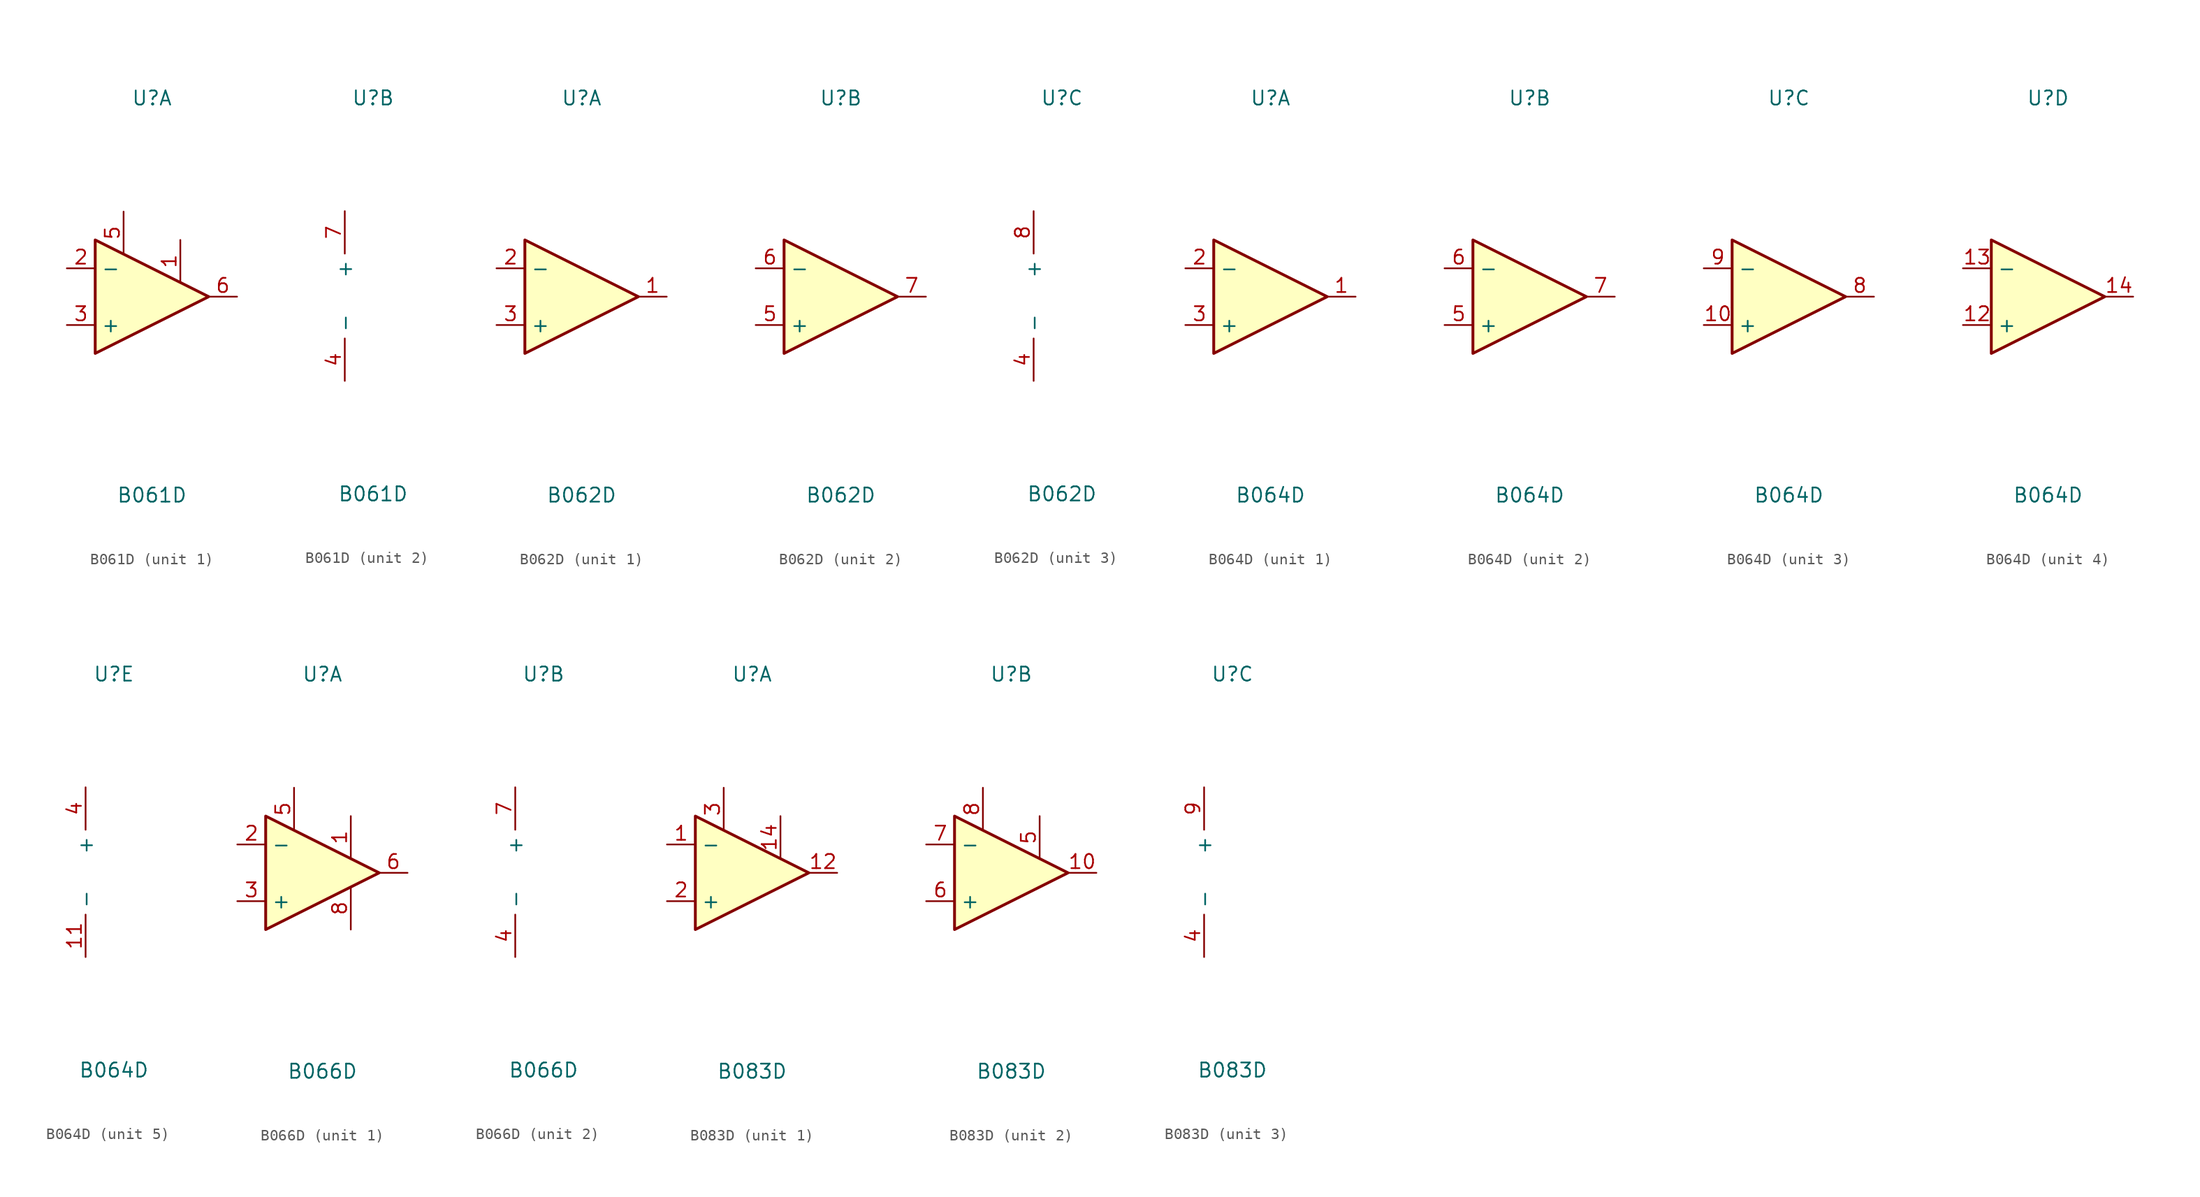
<source format=kicad_sym>
(kicad_symbol_lib
  (version 20241209)
  (generator "kicad_symbol_editor")
  (generator_version "9.0")
  (symbol "B061D"
    (property "Reference" "U"
      (at 0 17.78 0)
      (effects (font (size 1.27 1.27))))
    (property "Value" "B061D"
      (at 0 -17.78 0)
      (effects (font (size 1.27 1.27))))
    (property "ki_locked" ""
      (at 0 0 0)
      (effects (font (size 1.27 1.27))))
    (symbol "B061D_1_1"
      (polyline (pts (xy -5.08 5.08) (xy 5.08 0) (xy -5.08 -5.08) (xy -5.08 5.08)) (stroke (width 0.254) (type default)) (fill (type background)))
      (pin input line (at -7.62 2.54 0) (length 2.54) (name "-" (effects (font (size 1.27 1.27)))) (number "2" (effects (font (size 1.27 1.27)))))
      (pin input line (at -7.62 -2.54 0) (length 2.54) (name "+" (effects (font (size 1.27 1.27)))) (number "3" (effects (font (size 1.27 1.27)))))
      (pin passive line (at -2.54 7.62 270) (length 3.81) (name "~" (effects (font (size 1.27 1.27)))) (number "5" (effects (font (size 1.27 1.27)))))
      (pin no_connect line (at 0 -2.54 90) (length 2.54) (hide yes) (name "~" (effects (font (size 1.27 1.27)))) (number "8" (effects (font (size 1.27 1.27)))))
      (pin passive line (at 2.54 5.08 270) (length 3.81) (name "~" (effects (font (size 1.27 1.27)))) (number "1" (effects (font (size 1.27 1.27)))))
      (pin output line (at 7.62 0 180) (length 2.54) (name "~" (effects (font (size 1.27 1.27)))) (number "6" (effects (font (size 1.27 1.27))))))
    (symbol "B061D_2_1"
      (pin power_in line (at -2.54 7.62 270) (length 3.81) (name "+" (effects (font (size 1.27 1.27)))) (number "7" (effects (font (size 1.27 1.27)))))
      (pin power_in line (at -2.54 -7.62 90) (length 3.81) (name "-" (effects (font (size 1.27 1.27)))) (number "4" (effects (font (size 1.27 1.27)))))))
  (symbol "B062D"
    (property "Reference" "U"
      (at 0 17.78 0)
      (effects (font (size 1.27 1.27))))
    (property "Value" "B062D"
      (at 0 -17.78 0)
      (effects (font (size 1.27 1.27))))
    (property "ki_locked" ""
      (at 0 0 0)
      (effects (font (size 1.27 1.27))))
    (symbol "B062D_1_1"
      (polyline (pts (xy -5.08 5.08) (xy 5.08 0) (xy -5.08 -5.08) (xy -5.08 5.08)) (stroke (width 0.254) (type default)) (fill (type background)))
      (pin input line (at -7.62 2.54 0) (length 2.54) (name "-" (effects (font (size 1.27 1.27)))) (number "2" (effects (font (size 1.27 1.27)))))
      (pin input line (at -7.62 -2.54 0) (length 2.54) (name "+" (effects (font (size 1.27 1.27)))) (number "3" (effects (font (size 1.27 1.27)))))
      (pin output line (at 7.62 0 180) (length 2.54) (name "~" (effects (font (size 1.27 1.27)))) (number "1" (effects (font (size 1.27 1.27))))))
    (symbol "B062D_2_1"
      (polyline (pts (xy -5.08 5.08) (xy 5.08 0) (xy -5.08 -5.08) (xy -5.08 5.08)) (stroke (width 0.254) (type default)) (fill (type background)))
      (pin input line (at -7.62 2.54 0) (length 2.54) (name "-" (effects (font (size 1.27 1.27)))) (number "6" (effects (font (size 1.27 1.27)))))
      (pin input line (at -7.62 -2.54 0) (length 2.54) (name "+" (effects (font (size 1.27 1.27)))) (number "5" (effects (font (size 1.27 1.27)))))
      (pin output line (at 7.62 0 180) (length 2.54) (name "~" (effects (font (size 1.27 1.27)))) (number "7" (effects (font (size 1.27 1.27))))))
    (symbol "B062D_3_1"
      (pin power_in line (at -2.54 7.62 270) (length 3.81) (name "+" (effects (font (size 1.27 1.27)))) (number "8" (effects (font (size 1.27 1.27)))))
      (pin power_in line (at -2.54 -7.62 90) (length 3.81) (name "-" (effects (font (size 1.27 1.27)))) (number "4" (effects (font (size 1.27 1.27)))))))
  (symbol "B064D"
    (property "Reference" "U"
      (at 0 17.78 0)
      (effects (font (size 1.27 1.27))))
    (property "Value" "B064D"
      (at 0 -17.78 0)
      (effects (font (size 1.27 1.27))))
    (property "ki_locked" ""
      (at 0 0 0)
      (effects (font (size 1.27 1.27))))
    (symbol "B064D_1_1"
      (polyline (pts (xy -5.08 5.08) (xy 5.08 0) (xy -5.08 -5.08) (xy -5.08 5.08)) (stroke (width 0.254) (type default)) (fill (type background)))
      (pin input line (at -7.62 2.54 0) (length 2.54) (name "-" (effects (font (size 1.27 1.27)))) (number "2" (effects (font (size 1.27 1.27)))))
      (pin input line (at -7.62 -2.54 0) (length 2.54) (name "+" (effects (font (size 1.27 1.27)))) (number "3" (effects (font (size 1.27 1.27)))))
      (pin output line (at 7.62 0 180) (length 2.54) (name "~" (effects (font (size 1.27 1.27)))) (number "1" (effects (font (size 1.27 1.27))))))
    (symbol "B064D_2_1"
      (polyline (pts (xy -5.08 5.08) (xy 5.08 0) (xy -5.08 -5.08) (xy -5.08 5.08)) (stroke (width 0.254) (type default)) (fill (type background)))
      (pin input line (at -7.62 2.54 0) (length 2.54) (name "-" (effects (font (size 1.27 1.27)))) (number "6" (effects (font (size 1.27 1.27)))))
      (pin input line (at -7.62 -2.54 0) (length 2.54) (name "+" (effects (font (size 1.27 1.27)))) (number "5" (effects (font (size 1.27 1.27)))))
      (pin output line (at 7.62 0 180) (length 2.54) (name "~" (effects (font (size 1.27 1.27)))) (number "7" (effects (font (size 1.27 1.27))))))
    (symbol "B064D_3_1"
      (polyline (pts (xy -5.08 5.08) (xy 5.08 0) (xy -5.08 -5.08) (xy -5.08 5.08)) (stroke (width 0.254) (type default)) (fill (type background)))
      (pin input line (at -7.62 2.54 0) (length 2.54) (name "-" (effects (font (size 1.27 1.27)))) (number "9" (effects (font (size 1.27 1.27)))))
      (pin input line (at -7.62 -2.54 0) (length 2.54) (name "+" (effects (font (size 1.27 1.27)))) (number "10" (effects (font (size 1.27 1.27)))))
      (pin output line (at 7.62 0 180) (length 2.54) (name "~" (effects (font (size 1.27 1.27)))) (number "8" (effects (font (size 1.27 1.27))))))
    (symbol "B064D_4_1"
      (polyline (pts (xy -5.08 5.08) (xy 5.08 0) (xy -5.08 -5.08) (xy -5.08 5.08)) (stroke (width 0.254) (type default)) (fill (type background)))
      (pin input line (at -7.62 2.54 0) (length 2.54) (name "-" (effects (font (size 1.27 1.27)))) (number "13" (effects (font (size 1.27 1.27)))))
      (pin input line (at -7.62 -2.54 0) (length 2.54) (name "+" (effects (font (size 1.27 1.27)))) (number "12" (effects (font (size 1.27 1.27)))))
      (pin output line (at 7.62 0 180) (length 2.54) (name "~" (effects (font (size 1.27 1.27)))) (number "14" (effects (font (size 1.27 1.27))))))
    (symbol "B064D_5_1"
      (pin power_in line (at -2.54 7.62 270) (length 3.81) (name "+" (effects (font (size 1.27 1.27)))) (number "4" (effects (font (size 1.27 1.27)))))
      (pin power_in line (at -2.54 -7.62 90) (length 3.81) (name "-" (effects (font (size 1.27 1.27)))) (number "11" (effects (font (size 1.27 1.27)))))))
  (symbol "B066D"
    (property "Reference" "U"
      (at 0 17.78 0)
      (effects (font (size 1.27 1.27))))
    (property "Value" "B066D"
      (at 0 -17.78 0)
      (effects (font (size 1.27 1.27))))
    (property "ki_locked" ""
      (at 0 0 0)
      (effects (font (size 1.27 1.27))))
    (symbol "B066D_1_1"
      (polyline (pts (xy -5.08 5.08) (xy 5.08 0) (xy -5.08 -5.08) (xy -5.08 5.08)) (stroke (width 0.254) (type default)) (fill (type background)))
      (pin input line (at -7.62 2.54 0) (length 2.54) (name "-" (effects (font (size 1.27 1.27)))) (number "2" (effects (font (size 1.27 1.27)))))
      (pin input line (at -7.62 -2.54 0) (length 2.54) (name "+" (effects (font (size 1.27 1.27)))) (number "3" (effects (font (size 1.27 1.27)))))
      (pin passive line (at -2.54 7.62 270) (length 3.81) (name "~" (effects (font (size 1.27 1.27)))) (number "5" (effects (font (size 1.27 1.27)))))
      (pin passive line (at 2.54 5.08 270) (length 3.81) (name "~" (effects (font (size 1.27 1.27)))) (number "1" (effects (font (size 1.27 1.27)))))
      (pin passive line (at 2.54 -5.08 90) (length 3.81) (name "~" (effects (font (size 1.27 1.27)))) (number "8" (effects (font (size 1.27 1.27)))))
      (pin output line (at 7.62 0 180) (length 2.54) (name "~" (effects (font (size 1.27 1.27)))) (number "6" (effects (font (size 1.27 1.27))))))
    (symbol "B066D_2_1"
      (pin power_in line (at -2.54 7.62 270) (length 3.81) (name "+" (effects (font (size 1.27 1.27)))) (number "7" (effects (font (size 1.27 1.27)))))
      (pin power_in line (at -2.54 -7.62 90) (length 3.81) (name "-" (effects (font (size 1.27 1.27)))) (number "4" (effects (font (size 1.27 1.27)))))))
  (symbol "B083D"
    (property "Reference" "U"
      (at 0 17.78 0)
      (effects (font (size 1.27 1.27))))
    (property "Value" "B083D"
      (at 0 -17.78 0)
      (effects (font (size 1.27 1.27))))
    (property "ki_locked" ""
      (at 0 0 0)
      (effects (font (size 1.27 1.27))))
    (symbol "B083D_1_1"
      (polyline (pts (xy -5.08 5.08) (xy 5.08 0) (xy -5.08 -5.08) (xy -5.08 5.08)) (stroke (width 0.254) (type default)) (fill (type background)))
      (pin input line (at -7.62 2.54 0) (length 2.54) (name "-" (effects (font (size 1.27 1.27)))) (number "1" (effects (font (size 1.27 1.27)))))
      (pin input line (at -7.62 -2.54 0) (length 2.54) (name "+" (effects (font (size 1.27 1.27)))) (number "2" (effects (font (size 1.27 1.27)))))
      (pin passive line (at -2.54 7.62 270) (length 3.81) (name "~" (effects (font (size 1.27 1.27)))) (number "3" (effects (font (size 1.27 1.27)))))
      (pin no_connect line (at 0 -2.54 90) (length 3.81) (hide yes) (name "~" (effects (font (size 1.27 1.27)))) (number "11" (effects (font (size 1.27 1.27)))))
      (pin passive line (at 2.54 5.08 270) (length 3.81) (name "~" (effects (font (size 1.27 1.27)))) (number "14" (effects (font (size 1.27 1.27)))))
      (pin output line (at 7.62 0 180) (length 2.54) (name "~" (effects (font (size 1.27 1.27)))) (number "12" (effects (font (size 1.27 1.27))))))
    (symbol "B083D_2_1"
      (polyline (pts (xy -5.08 5.08) (xy 5.08 0) (xy -5.08 -5.08) (xy -5.08 5.08)) (stroke (width 0.254) (type default)) (fill (type background)))
      (pin input line (at -7.62 2.54 0) (length 2.54) (name "-" (effects (font (size 1.27 1.27)))) (number "7" (effects (font (size 1.27 1.27)))))
      (pin input line (at -7.62 -2.54 0) (length 2.54) (name "+" (effects (font (size 1.27 1.27)))) (number "6" (effects (font (size 1.27 1.27)))))
      (pin passive line (at -2.54 7.62 270) (length 3.81) (name "~" (effects (font (size 1.27 1.27)))) (number "8" (effects (font (size 1.27 1.27)))))
      (pin passive line (at 2.54 5.08 270) (length 3.81) (name "~" (effects (font (size 1.27 1.27)))) (number "5" (effects (font (size 1.27 1.27)))))
      (pin output line (at 7.62 0 180) (length 2.54) (name "~" (effects (font (size 1.27 1.27)))) (number "10" (effects (font (size 1.27 1.27))))))
    (symbol "B083D_3_1"
      (pin passive line (at -2.54 7.62 270) (length 3.81) (hide yes) (name "+" (effects (font (size 1.27 1.27)))) (number "13" (effects (font (size 1.27 1.27)))))
      (pin power_in line (at -2.54 7.62 270) (length 3.81) (name "+" (effects (font (size 1.27 1.27)))) (number "9" (effects (font (size 1.27 1.27)))))
      (pin power_in line (at -2.54 -7.62 90) (length 3.81) (name "-" (effects (font (size 1.27 1.27)))) (number "4" (effects (font (size 1.27 1.27))))))))
</source>
